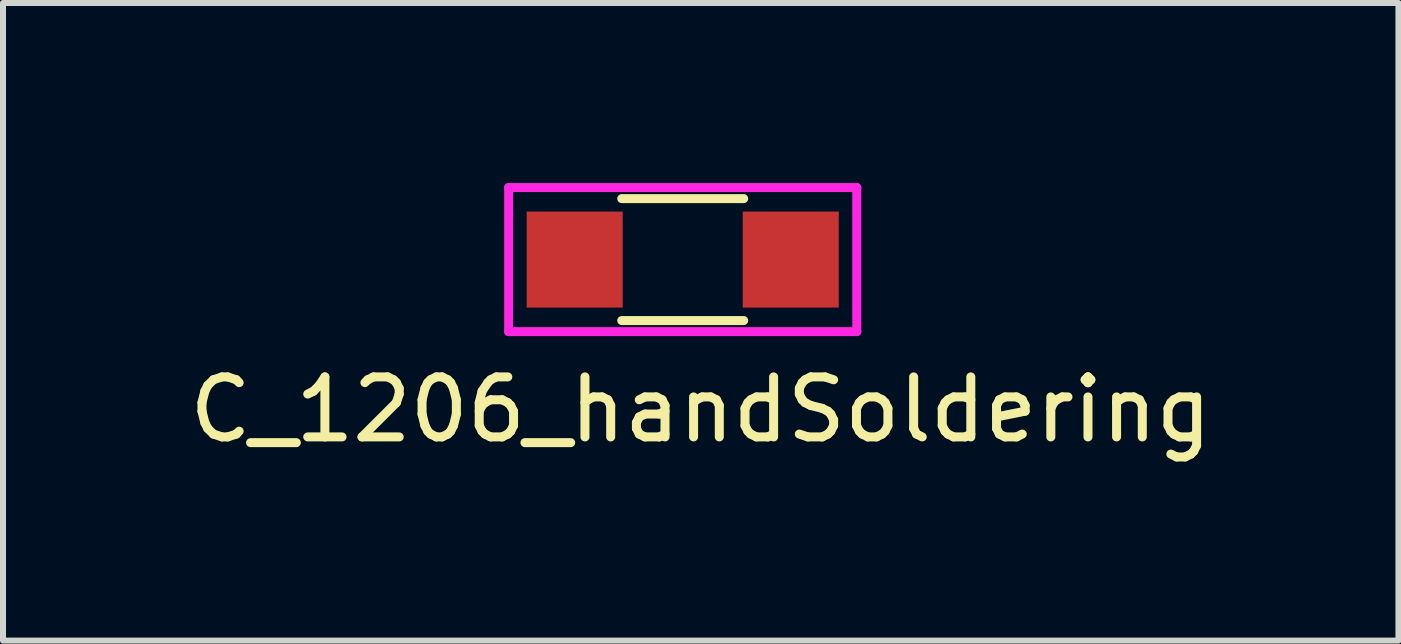
<source format=kicad_pcb>
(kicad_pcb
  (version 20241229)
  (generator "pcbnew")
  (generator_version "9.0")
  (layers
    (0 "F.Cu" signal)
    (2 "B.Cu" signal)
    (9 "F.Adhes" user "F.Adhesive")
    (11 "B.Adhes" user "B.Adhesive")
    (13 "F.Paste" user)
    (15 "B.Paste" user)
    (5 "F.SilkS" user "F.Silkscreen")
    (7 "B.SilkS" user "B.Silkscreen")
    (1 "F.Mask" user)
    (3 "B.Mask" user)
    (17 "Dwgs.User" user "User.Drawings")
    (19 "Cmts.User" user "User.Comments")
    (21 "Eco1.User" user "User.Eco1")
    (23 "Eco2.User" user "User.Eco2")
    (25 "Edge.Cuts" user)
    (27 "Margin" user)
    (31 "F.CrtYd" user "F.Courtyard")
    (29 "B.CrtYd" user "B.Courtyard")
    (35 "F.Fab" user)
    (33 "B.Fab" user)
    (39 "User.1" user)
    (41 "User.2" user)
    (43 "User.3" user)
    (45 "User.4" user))
  (footprint "C_1206_handSoldering"
    (layer "F.Cu")
    (at 8.325 1.275)
    (property "Reference" "C_1206_handSoldering" (at 0.3 2.5 0) (layer "F.SilkS") (effects (font (size 1 1) (thickness 0.15))))
    (attr through_hole)
    (fp_line (start -1.016 -1.016) (end 1.016 -1.016) (stroke (width 0.15) (type solid)) (layer "F.SilkS"))
    (fp_line (start -1.016 1.016) (end 1.016 1.016) (stroke (width 0.15) (type solid)) (layer "F.SilkS"))
    (fp_line (start -2.9 -1.2) (end 2.9 -1.2) (stroke (width 0.15) (type solid)) (layer "F.CrtYd"))
    (fp_line (start -2.9 1.2) (end -2.9 -1.2) (stroke (width 0.15) (type solid)) (layer "F.CrtYd"))
    (fp_line (start 2.9 -1.2) (end 2.9 1.2) (stroke (width 0.15) (type solid)) (layer "F.CrtYd"))
    (fp_line (start 2.9 1.2) (end -2.9 1.2) (stroke (width 0.15) (type solid)) (layer "F.CrtYd"))
    (pad "1" smd rect (at -1.8 0) (size 1.6 1.6) (layers "F.Cu" "F.Paste"))
    (pad "2" smd rect (at 1.8 0) (size 1.6 1.6) (layers "F.Cu" "F.Paste")))
  (gr_rect
    (start -3 -3)
    (end 20.25 7.623)
    (stroke (width 0.1) (type default))
    (fill no)
    (layer "Edge.Cuts")))
</source>
